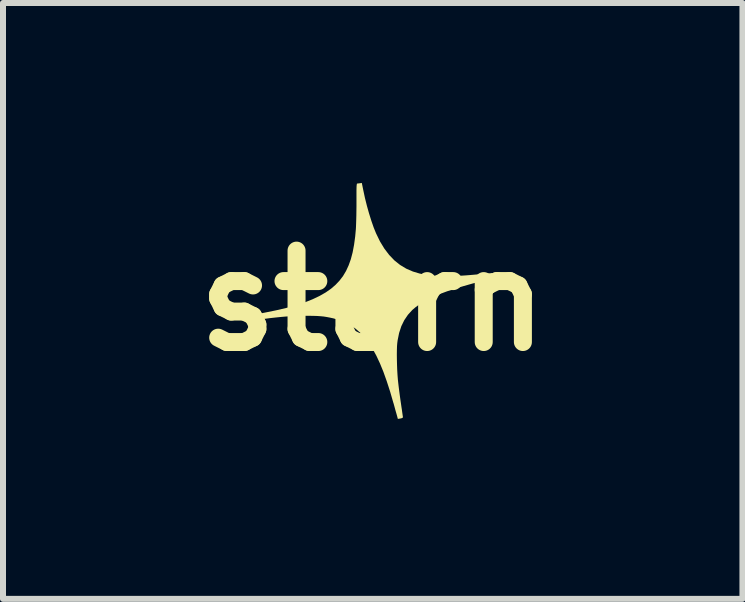
<source format=kicad_pcb>
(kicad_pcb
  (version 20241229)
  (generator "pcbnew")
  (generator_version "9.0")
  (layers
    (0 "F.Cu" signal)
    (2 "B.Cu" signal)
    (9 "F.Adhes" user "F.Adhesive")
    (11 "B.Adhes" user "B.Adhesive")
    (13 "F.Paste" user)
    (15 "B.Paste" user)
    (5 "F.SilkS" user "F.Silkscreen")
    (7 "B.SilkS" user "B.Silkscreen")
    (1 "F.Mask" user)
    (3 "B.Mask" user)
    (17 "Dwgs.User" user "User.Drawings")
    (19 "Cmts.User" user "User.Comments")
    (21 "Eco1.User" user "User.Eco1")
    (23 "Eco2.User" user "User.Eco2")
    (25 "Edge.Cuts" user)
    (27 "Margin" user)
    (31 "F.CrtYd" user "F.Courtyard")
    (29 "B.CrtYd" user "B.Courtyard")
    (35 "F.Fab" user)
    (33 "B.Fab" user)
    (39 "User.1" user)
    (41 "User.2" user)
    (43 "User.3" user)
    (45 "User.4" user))
  (footprint "stern"
    (layer "F.Cu")
    (at 3.164 1.963)
    (property "Reference" "stern" (at 0 0 0) (layer "F.SilkS") (effects (font (size 1.524 1.524) (thickness 0.3))))
    (attr board_only exclude_from_pos_files exclude_from_bom)
    (fp_poly (pts (xy -0.158 -1.845) (xy -0.13 -1.714) (xy -0.097 -1.582) (xy -0.061 -1.454) (xy -0.023 -1.332) (xy 0.016 -1.22) (xy 0.055 -1.124) (xy 0.121 -0.988) (xy 0.194 -0.868) (xy 0.274 -0.763) (xy 0.361 -0.672) (xy 0.456 -0.596) (xy 0.559 -0.534) (xy 0.67 -0.486) (xy 0.78 -0.453) (xy 0.831 -0.442) (xy 0.876 -0.433) (xy 0.919 -0.426) (xy 0.963 -0.421) (xy 1.013 -0.417) (xy 1.072 -0.414) (xy 1.143 -0.412) (xy 1.161 -0.412) (xy 1.242 -0.411) (xy 1.32 -0.411) (xy 1.399 -0.413) (xy 1.48 -0.417) (xy 1.569 -0.423) (xy 1.666 -0.431) (xy 1.777 -0.441) (xy 1.811 -0.445) (xy 1.864 -0.45) (xy 1.911 -0.454) (xy 1.949 -0.457) (xy 1.976 -0.459) (xy 1.99 -0.46) (xy 1.991 -0.459) (xy 1.993 -0.45) (xy 1.996 -0.429) (xy 1.997 -0.414) (xy 2 -0.373) (xy 1.842 -0.332) (xy 1.668 -0.287) (xy 1.51 -0.242) (xy 1.368 -0.199) (xy 1.239 -0.156) (xy 1.123 -0.113) (xy 1.02 -0.07) (xy 0.927 -0.026) (xy 0.845 0.019) (xy 0.772 0.066) (xy 0.708 0.114) (xy 0.66 0.155) (xy 0.587 0.235) (xy 0.526 0.325) (xy 0.477 0.425) (xy 0.44 0.538) (xy 0.415 0.662) (xy 0.409 0.708) (xy 0.405 0.758) (xy 0.403 0.822) (xy 0.402 0.897) (xy 0.403 0.978) (xy 0.405 1.064) (xy 0.408 1.151) (xy 0.413 1.235) (xy 0.419 1.314) (xy 0.426 1.377) (xy 0.433 1.437) (xy 0.442 1.508) (xy 0.452 1.583) (xy 0.462 1.656) (xy 0.47 1.71) (xy 0.478 1.766) (xy 0.486 1.817) (xy 0.492 1.862) (xy 0.497 1.896) (xy 0.5 1.918) (xy 0.501 1.921) (xy 0.503 1.94) (xy 0.499 1.952) (xy 0.487 1.958) (xy 0.462 1.964) (xy 0.451 1.966) (xy 0.419 1.971) (xy 0.407 1.926) (xy 0.401 1.904) (xy 0.391 1.869) (xy 0.378 1.824) (xy 0.364 1.772) (xy 0.349 1.717) (xy 0.345 1.706) (xy 0.29 1.516) (xy 0.234 1.343) (xy 0.178 1.186) (xy 0.12 1.044) (xy 0.06 0.916) (xy -0.003 0.801) (xy -0.068 0.7) (xy -0.137 0.611) (xy -0.209 0.534) (xy -0.286 0.467) (xy -0.367 0.411) (xy -0.454 0.365) (xy -0.547 0.327) (xy -0.645 0.298) (xy -0.659 0.294) (xy -0.715 0.282) (xy -0.767 0.272) (xy -0.817 0.264) (xy -0.869 0.259) (xy -0.926 0.255) (xy -0.992 0.253) (xy -1.069 0.252) (xy -1.126 0.252) (xy -1.212 0.253) (xy -1.291 0.255) (xy -1.368 0.259) (xy -1.446 0.264) (xy -1.527 0.271) (xy -1.615 0.28) (xy -1.715 0.291) (xy -1.811 0.304) (xy -1.863 0.31) (xy -1.908 0.316) (xy -1.945 0.32) (xy -1.971 0.322) (xy -1.983 0.323) (xy -1.983 0.323) (xy -1.986 0.313) (xy -1.99 0.293) (xy -1.992 0.279) (xy -1.994 0.253) (xy -1.992 0.239) (xy -1.986 0.235) (xy -1.975 0.233) (xy -1.949 0.228) (xy -1.912 0.221) (xy -1.866 0.212) (xy -1.815 0.202) (xy -1.804 0.2) (xy -1.612 0.161) (xy -1.437 0.12) (xy -1.277 0.075) (xy -1.132 0.028) (xy -1.002 -0.024) (xy -0.886 -0.079) (xy -0.783 -0.138) (xy -0.693 -0.201) (xy -0.619 -0.265) (xy -0.553 -0.335) (xy -0.495 -0.411) (xy -0.445 -0.495) (xy -0.402 -0.588) (xy -0.365 -0.691) (xy -0.335 -0.805) (xy -0.311 -0.932) (xy -0.292 -1.073) (xy -0.281 -1.194) (xy -0.279 -1.232) (xy -0.277 -1.284) (xy -0.275 -1.348) (xy -0.273 -1.419) (xy -0.272 -1.496) (xy -0.271 -1.575) (xy -0.271 -1.635) (xy -0.271 -1.718) (xy -0.271 -1.785) (xy -0.271 -1.838) (xy -0.27 -1.878) (xy -0.269 -1.908) (xy -0.267 -1.929) (xy -0.265 -1.942) (xy -0.263 -1.95) (xy -0.259 -1.953) (xy -0.257 -1.953) (xy -0.239 -1.955) (xy -0.215 -1.958) (xy -0.212 -1.958) (xy -0.182 -1.963)) (stroke (width 0) (type solid)) (fill yes) (layer "F.SilkS")))
  (gr_rect
    (start -3 -3)
    (end 9.328 6.934)
    (stroke (width 0.1) (type default))
    (fill no)
    (layer "Edge.Cuts")))
</source>
